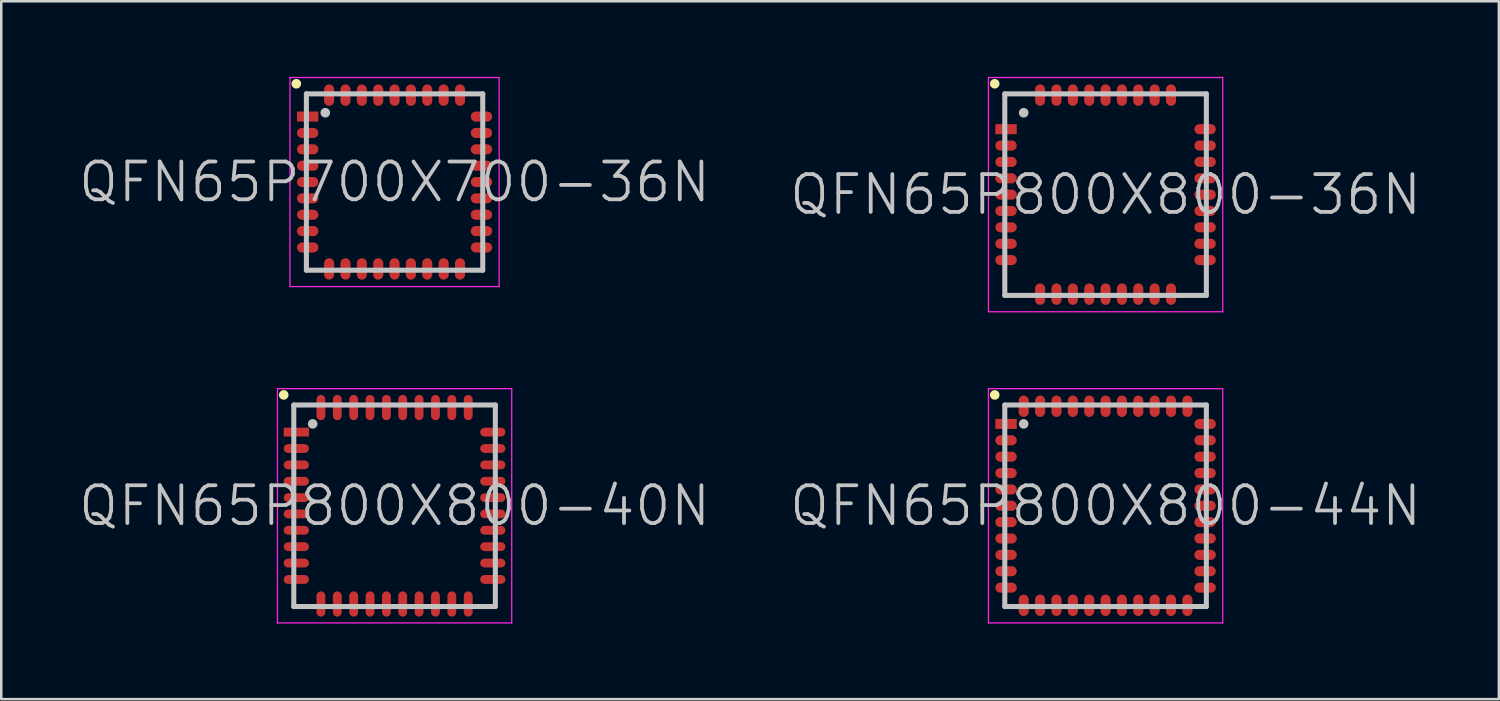
<source format=kicad_pcb>
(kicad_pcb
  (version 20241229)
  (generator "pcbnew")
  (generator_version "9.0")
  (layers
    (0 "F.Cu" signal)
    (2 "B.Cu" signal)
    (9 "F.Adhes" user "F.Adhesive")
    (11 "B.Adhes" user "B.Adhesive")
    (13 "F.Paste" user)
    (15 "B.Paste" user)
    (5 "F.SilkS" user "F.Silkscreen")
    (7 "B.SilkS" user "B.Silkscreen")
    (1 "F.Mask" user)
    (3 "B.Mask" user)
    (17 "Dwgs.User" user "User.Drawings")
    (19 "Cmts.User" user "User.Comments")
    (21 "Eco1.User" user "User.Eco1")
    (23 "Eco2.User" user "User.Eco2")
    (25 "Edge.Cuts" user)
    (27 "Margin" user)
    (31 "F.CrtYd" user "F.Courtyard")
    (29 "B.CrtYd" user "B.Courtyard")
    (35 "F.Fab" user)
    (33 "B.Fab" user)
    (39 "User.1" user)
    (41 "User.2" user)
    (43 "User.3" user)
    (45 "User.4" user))
  (footprint "QFN65P800X800-40N"
    (layer "F.Cu")
    (at 12.611 17.025)
    (property "Reference" "QFN65P800X800-40N" (at 0 0 0) (layer "Dwgs.User") (effects (font (size 1.5 1.5) (thickness 0.15))))
    (attr smd)
    (fp_line (start -4.4 -4.4) (end -4.4 -4.4) (stroke (width 0.381) (type solid)) (layer "F.SilkS"))
    (fp_line (start -4 -4) (end -4 4) (stroke (width 0.2) (type solid)) (layer "Dwgs.User"))
    (fp_line (start -4 -4) (end 4 -4) (stroke (width 0.2) (type solid)) (layer "Dwgs.User"))
    (fp_line (start -4 4) (end 4 4) (stroke (width 0.2) (type solid)) (layer "Dwgs.User"))
    (fp_line (start -3.25 -3.25) (end -3.25 -3.25) (stroke (width 0.381) (type solid)) (layer "Dwgs.User"))
    (fp_line (start 4 -4) (end 4 4) (stroke (width 0.2) (type solid)) (layer "Dwgs.User"))
    (fp_line (start -4.65 -4.65) (end -4.65 4.65) (stroke (width 0.05) (type solid)) (layer "F.CrtYd"))
    (fp_line (start -4.65 -4.65) (end 4.65 -4.65) (stroke (width 0.05) (type solid)) (layer "F.CrtYd"))
    (fp_line (start -4.65 4.65) (end 4.65 4.65) (stroke (width 0.05) (type solid)) (layer "F.CrtYd"))
    (fp_line (start 4.65 -4.65) (end 4.65 4.65) (stroke (width 0.05) (type solid)) (layer "F.CrtYd"))
    (pad "1" smd rect (at -3.899 -2.924 90) (size 0.35 1) (layers "F.Cu" "F.Mask" "F.Paste"))
    (pad "2" smd oval (at -3.899 -2.273 90) (size 0.35 1) (layers "F.Cu" "F.Mask" "F.Paste"))
    (pad "3" smd oval (at -3.899 -1.623 90) (size 0.35 1) (layers "F.Cu" "F.Mask" "F.Paste"))
    (pad "4" smd oval (at -3.899 -0.973 90) (size 0.35 1) (layers "F.Cu" "F.Mask" "F.Paste"))
    (pad "5" smd oval (at -3.899 -0.323 90) (size 0.35 1) (layers "F.Cu" "F.Mask" "F.Paste"))
    (pad "6" smd oval (at -3.899 0.323 90) (size 0.35 1) (layers "F.Cu" "F.Mask" "F.Paste"))
    (pad "7" smd oval (at -3.899 0.973 90) (size 0.35 1) (layers "F.Cu" "F.Mask" "F.Paste"))
    (pad "8" smd oval (at -3.899 1.623 90) (size 0.35 1) (layers "F.Cu" "F.Mask" "F.Paste"))
    (pad "9" smd oval (at -3.899 2.273 90) (size 0.35 1) (layers "F.Cu" "F.Mask" "F.Paste"))
    (pad "10" smd oval (at -3.899 2.924 90) (size 0.35 1) (layers "F.Cu" "F.Mask" "F.Paste"))
    (pad "11" smd oval (at -2.924 3.899 180) (size 0.35 1) (layers "F.Cu" "F.Mask" "F.Paste"))
    (pad "12" smd oval (at -2.273 3.899 180) (size 0.35 1) (layers "F.Cu" "F.Mask" "F.Paste"))
    (pad "13" smd oval (at -1.623 3.899 180) (size 0.35 1) (layers "F.Cu" "F.Mask" "F.Paste"))
    (pad "14" smd oval (at -0.973 3.899 180) (size 0.35 1) (layers "F.Cu" "F.Mask" "F.Paste"))
    (pad "15" smd oval (at -0.323 3.899 180) (size 0.35 1) (layers "F.Cu" "F.Mask" "F.Paste"))
    (pad "16" smd oval (at 0.323 3.899 180) (size 0.35 1) (layers "F.Cu" "F.Mask" "F.Paste"))
    (pad "17" smd oval (at 0.973 3.899 180) (size 0.35 1) (layers "F.Cu" "F.Mask" "F.Paste"))
    (pad "18" smd oval (at 1.623 3.899 180) (size 0.35 1) (layers "F.Cu" "F.Mask" "F.Paste"))
    (pad "19" smd oval (at 2.273 3.899 180) (size 0.35 1) (layers "F.Cu" "F.Mask" "F.Paste"))
    (pad "20" smd oval (at 2.924 3.899 180) (size 0.35 1) (layers "F.Cu" "F.Mask" "F.Paste"))
    (pad "21" smd oval (at 3.899 2.924 270) (size 0.35 1) (layers "F.Cu" "F.Mask" "F.Paste"))
    (pad "22" smd oval (at 3.899 2.273 270) (size 0.35 1) (layers "F.Cu" "F.Mask" "F.Paste"))
    (pad "23" smd oval (at 3.899 1.623 270) (size 0.35 1) (layers "F.Cu" "F.Mask" "F.Paste"))
    (pad "24" smd oval (at 3.899 0.973 270) (size 0.35 1) (layers "F.Cu" "F.Mask" "F.Paste"))
    (pad "25" smd oval (at 3.899 0.323 270) (size 0.35 1) (layers "F.Cu" "F.Mask" "F.Paste"))
    (pad "26" smd oval (at 3.899 -0.323 270) (size 0.35 1) (layers "F.Cu" "F.Mask" "F.Paste"))
    (pad "27" smd oval (at 3.899 -0.973 270) (size 0.35 1) (layers "F.Cu" "F.Mask" "F.Paste"))
    (pad "28" smd oval (at 3.899 -1.623 270) (size 0.35 1) (layers "F.Cu" "F.Mask" "F.Paste"))
    (pad "29" smd oval (at 3.899 -2.273 270) (size 0.35 1) (layers "F.Cu" "F.Mask" "F.Paste"))
    (pad "30" smd oval (at 3.899 -2.924 270) (size 0.35 1) (layers "F.Cu" "F.Mask" "F.Paste"))
    (pad "31" smd oval (at 2.924 -3.899) (size 0.35 1) (layers "F.Cu" "F.Mask" "F.Paste"))
    (pad "32" smd oval (at 2.273 -3.899) (size 0.35 1) (layers "F.Cu" "F.Mask" "F.Paste"))
    (pad "33" smd oval (at 1.623 -3.899) (size 0.35 1) (layers "F.Cu" "F.Mask" "F.Paste"))
    (pad "34" smd oval (at 0.973 -3.899) (size 0.35 1) (layers "F.Cu" "F.Mask" "F.Paste"))
    (pad "35" smd oval (at 0.323 -3.899) (size 0.35 1) (layers "F.Cu" "F.Mask" "F.Paste"))
    (pad "36" smd oval (at -0.323 -3.899) (size 0.35 1) (layers "F.Cu" "F.Mask" "F.Paste"))
    (pad "37" smd oval (at -0.973 -3.899) (size 0.35 1) (layers "F.Cu" "F.Mask" "F.Paste"))
    (pad "38" smd oval (at -1.623 -3.899) (size 0.35 1) (layers "F.Cu" "F.Mask" "F.Paste"))
    (pad "39" smd oval (at -2.273 -3.899) (size 0.35 1) (layers "F.Cu" "F.Mask" "F.Paste"))
    (pad "40" smd oval (at -2.924 -3.899) (size 0.35 1) (layers "F.Cu" "F.Mask" "F.Paste")))
  (footprint "QFN65P700X700-36N"
    (layer "F.Cu")
    (at 12.611 4.175)
    (property "Reference" "QFN65P700X700-36N" (at 0 0 0) (layer "Dwgs.User") (effects (font (size 1.5 1.5) (thickness 0.15))))
    (attr smd)
    (fp_line (start -3.9 -3.9) (end -3.9 -3.9) (stroke (width 0.381) (type solid)) (layer "F.SilkS"))
    (fp_line (start -3.5 -3.5) (end -3.5 3.5) (stroke (width 0.2) (type solid)) (layer "Dwgs.User"))
    (fp_line (start -3.5 -3.5) (end 3.5 -3.5) (stroke (width 0.2) (type solid)) (layer "Dwgs.User"))
    (fp_line (start -3.5 3.5) (end 3.5 3.5) (stroke (width 0.2) (type solid)) (layer "Dwgs.User"))
    (fp_line (start -2.75 -2.75) (end -2.75 -2.75) (stroke (width 0.381) (type solid)) (layer "Dwgs.User"))
    (fp_line (start 3.5 -3.5) (end 3.5 3.5) (stroke (width 0.2) (type solid)) (layer "Dwgs.User"))
    (fp_line (start -4.15 -4.15) (end -4.15 4.15) (stroke (width 0.05) (type solid)) (layer "F.CrtYd"))
    (fp_line (start -4.15 -4.15) (end 4.15 -4.15) (stroke (width 0.05) (type solid)) (layer "F.CrtYd"))
    (fp_line (start -4.15 4.15) (end 4.15 4.15) (stroke (width 0.05) (type solid)) (layer "F.CrtYd"))
    (fp_line (start 4.15 -4.15) (end 4.15 4.15) (stroke (width 0.05) (type solid)) (layer "F.CrtYd"))
    (pad "1" smd rect (at -3.449 -2.598 90) (size 0.4 0.85) (layers "F.Cu" "F.Mask" "F.Paste"))
    (pad "2" smd oval (at -3.449 -1.948 90) (size 0.4 0.85) (layers "F.Cu" "F.Mask" "F.Paste"))
    (pad "3" smd oval (at -3.449 -1.298 90) (size 0.4 0.85) (layers "F.Cu" "F.Mask" "F.Paste"))
    (pad "4" smd oval (at -3.449 -0.648 90) (size 0.4 0.85) (layers "F.Cu" "F.Mask" "F.Paste"))
    (pad "5" smd oval (at -3.449 0 90) (size 0.4 0.85) (layers "F.Cu" "F.Mask" "F.Paste"))
    (pad "6" smd oval (at -3.449 0.648 90) (size 0.4 0.85) (layers "F.Cu" "F.Mask" "F.Paste"))
    (pad "7" smd oval (at -3.449 1.298 90) (size 0.4 0.85) (layers "F.Cu" "F.Mask" "F.Paste"))
    (pad "8" smd oval (at -3.449 1.948 90) (size 0.4 0.85) (layers "F.Cu" "F.Mask" "F.Paste"))
    (pad "9" smd oval (at -3.449 2.598 90) (size 0.4 0.85) (layers "F.Cu" "F.Mask" "F.Paste"))
    (pad "10" smd oval (at -2.598 3.449 180) (size 0.4 0.85) (layers "F.Cu" "F.Mask" "F.Paste"))
    (pad "11" smd oval (at -1.948 3.449 180) (size 0.4 0.85) (layers "F.Cu" "F.Mask" "F.Paste"))
    (pad "12" smd oval (at -1.298 3.449 180) (size 0.4 0.85) (layers "F.Cu" "F.Mask" "F.Paste"))
    (pad "13" smd oval (at -0.648 3.449 180) (size 0.4 0.85) (layers "F.Cu" "F.Mask" "F.Paste"))
    (pad "14" smd oval (at 0 3.449 180) (size 0.4 0.85) (layers "F.Cu" "F.Mask" "F.Paste"))
    (pad "15" smd oval (at 0.648 3.449 180) (size 0.4 0.85) (layers "F.Cu" "F.Mask" "F.Paste"))
    (pad "16" smd oval (at 1.298 3.449 180) (size 0.4 0.85) (layers "F.Cu" "F.Mask" "F.Paste"))
    (pad "17" smd oval (at 1.948 3.449 180) (size 0.4 0.85) (layers "F.Cu" "F.Mask" "F.Paste"))
    (pad "18" smd oval (at 2.598 3.449 180) (size 0.4 0.85) (layers "F.Cu" "F.Mask" "F.Paste"))
    (pad "19" smd oval (at 3.449 2.598 270) (size 0.4 0.85) (layers "F.Cu" "F.Mask" "F.Paste"))
    (pad "20" smd oval (at 3.449 1.948 270) (size 0.4 0.85) (layers "F.Cu" "F.Mask" "F.Paste"))
    (pad "21" smd oval (at 3.449 1.298 270) (size 0.4 0.85) (layers "F.Cu" "F.Mask" "F.Paste"))
    (pad "22" smd oval (at 3.449 0.648 270) (size 0.4 0.85) (layers "F.Cu" "F.Mask" "F.Paste"))
    (pad "23" smd oval (at 3.449 0 270) (size 0.4 0.85) (layers "F.Cu" "F.Mask" "F.Paste"))
    (pad "24" smd oval (at 3.449 -0.648 270) (size 0.4 0.85) (layers "F.Cu" "F.Mask" "F.Paste"))
    (pad "25" smd oval (at 3.449 -1.298 270) (size 0.4 0.85) (layers "F.Cu" "F.Mask" "F.Paste"))
    (pad "26" smd oval (at 3.449 -1.948 270) (size 0.4 0.85) (layers "F.Cu" "F.Mask" "F.Paste"))
    (pad "27" smd oval (at 3.449 -2.598 270) (size 0.4 0.85) (layers "F.Cu" "F.Mask" "F.Paste"))
    (pad "28" smd oval (at 2.598 -3.449) (size 0.4 0.85) (layers "F.Cu" "F.Mask" "F.Paste"))
    (pad "29" smd oval (at 1.948 -3.449) (size 0.4 0.85) (layers "F.Cu" "F.Mask" "F.Paste"))
    (pad "30" smd oval (at 1.298 -3.449) (size 0.4 0.85) (layers "F.Cu" "F.Mask" "F.Paste"))
    (pad "31" smd oval (at 0.648 -3.449) (size 0.4 0.85) (layers "F.Cu" "F.Mask" "F.Paste"))
    (pad "32" smd oval (at 0 -3.449) (size 0.4 0.85) (layers "F.Cu" "F.Mask" "F.Paste"))
    (pad "33" smd oval (at -0.648 -3.449) (size 0.4 0.85) (layers "F.Cu" "F.Mask" "F.Paste"))
    (pad "34" smd oval (at -1.298 -3.449) (size 0.4 0.85) (layers "F.Cu" "F.Mask" "F.Paste"))
    (pad "35" smd oval (at -1.948 -3.449) (size 0.4 0.85) (layers "F.Cu" "F.Mask" "F.Paste"))
    (pad "36" smd oval (at -2.598 -3.449) (size 0.4 0.85) (layers "F.Cu" "F.Mask" "F.Paste")))
  (footprint "QFN65P800X800-36N"
    (layer "F.Cu")
    (at 40.832 4.675)
    (property "Reference" "QFN65P800X800-36N" (at 0 0 0) (layer "Dwgs.User") (effects (font (size 1.5 1.5) (thickness 0.15))))
    (attr smd)
    (fp_line (start -4.4 -4.4) (end -4.4 -4.4) (stroke (width 0.381) (type solid)) (layer "F.SilkS"))
    (fp_line (start -4 -4) (end -4 4) (stroke (width 0.2) (type solid)) (layer "Dwgs.User"))
    (fp_line (start -4 -4) (end 4 -4) (stroke (width 0.2) (type solid)) (layer "Dwgs.User"))
    (fp_line (start -4 4) (end 4 4) (stroke (width 0.2) (type solid)) (layer "Dwgs.User"))
    (fp_line (start -3.25 -3.25) (end -3.25 -3.25) (stroke (width 0.381) (type solid)) (layer "Dwgs.User"))
    (fp_line (start 4 -4) (end 4 4) (stroke (width 0.2) (type solid)) (layer "Dwgs.User"))
    (fp_line (start -4.65 -4.65) (end -4.65 4.65) (stroke (width 0.05) (type solid)) (layer "F.CrtYd"))
    (fp_line (start -4.65 -4.65) (end 4.65 -4.65) (stroke (width 0.05) (type solid)) (layer "F.CrtYd"))
    (fp_line (start -4.65 4.65) (end 4.65 4.65) (stroke (width 0.05) (type solid)) (layer "F.CrtYd"))
    (fp_line (start 4.65 -4.65) (end 4.65 4.65) (stroke (width 0.05) (type solid)) (layer "F.CrtYd"))
    (pad "1" smd rect (at -3.95 -2.598 90) (size 0.4 0.85) (layers "F.Cu" "F.Mask" "F.Paste"))
    (pad "2" smd oval (at -3.95 -1.948 90) (size 0.4 0.85) (layers "F.Cu" "F.Mask" "F.Paste"))
    (pad "3" smd oval (at -3.95 -1.298 90) (size 0.4 0.85) (layers "F.Cu" "F.Mask" "F.Paste"))
    (pad "4" smd oval (at -3.95 -0.648 90) (size 0.4 0.85) (layers "F.Cu" "F.Mask" "F.Paste"))
    (pad "5" smd oval (at -3.95 0 90) (size 0.4 0.85) (layers "F.Cu" "F.Mask" "F.Paste"))
    (pad "6" smd oval (at -3.95 0.648 90) (size 0.4 0.85) (layers "F.Cu" "F.Mask" "F.Paste"))
    (pad "7" smd oval (at -3.95 1.298 90) (size 0.4 0.85) (layers "F.Cu" "F.Mask" "F.Paste"))
    (pad "8" smd oval (at -3.95 1.948 90) (size 0.4 0.85) (layers "F.Cu" "F.Mask" "F.Paste"))
    (pad "9" smd oval (at -3.95 2.598 90) (size 0.4 0.85) (layers "F.Cu" "F.Mask" "F.Paste"))
    (pad "10" smd oval (at -2.598 3.95 180) (size 0.4 0.85) (layers "F.Cu" "F.Mask" "F.Paste"))
    (pad "11" smd oval (at -1.948 3.95 180) (size 0.4 0.85) (layers "F.Cu" "F.Mask" "F.Paste"))
    (pad "12" smd oval (at -1.298 3.95 180) (size 0.4 0.85) (layers "F.Cu" "F.Mask" "F.Paste"))
    (pad "13" smd oval (at -0.648 3.95 180) (size 0.4 0.85) (layers "F.Cu" "F.Mask" "F.Paste"))
    (pad "14" smd oval (at 0 3.95 180) (size 0.4 0.85) (layers "F.Cu" "F.Mask" "F.Paste"))
    (pad "15" smd oval (at 0.648 3.95 180) (size 0.4 0.85) (layers "F.Cu" "F.Mask" "F.Paste"))
    (pad "16" smd oval (at 1.298 3.95 180) (size 0.4 0.85) (layers "F.Cu" "F.Mask" "F.Paste"))
    (pad "17" smd oval (at 1.948 3.95 180) (size 0.4 0.85) (layers "F.Cu" "F.Mask" "F.Paste"))
    (pad "18" smd oval (at 2.598 3.95 180) (size 0.4 0.85) (layers "F.Cu" "F.Mask" "F.Paste"))
    (pad "19" smd oval (at 3.95 2.598 270) (size 0.4 0.85) (layers "F.Cu" "F.Mask" "F.Paste"))
    (pad "20" smd oval (at 3.95 1.948 270) (size 0.4 0.85) (layers "F.Cu" "F.Mask" "F.Paste"))
    (pad "21" smd oval (at 3.95 1.298 270) (size 0.4 0.85) (layers "F.Cu" "F.Mask" "F.Paste"))
    (pad "22" smd oval (at 3.95 0.648 270) (size 0.4 0.85) (layers "F.Cu" "F.Mask" "F.Paste"))
    (pad "23" smd oval (at 3.95 0 270) (size 0.4 0.85) (layers "F.Cu" "F.Mask" "F.Paste"))
    (pad "24" smd oval (at 3.95 -0.648 270) (size 0.4 0.85) (layers "F.Cu" "F.Mask" "F.Paste"))
    (pad "25" smd oval (at 3.95 -1.298 270) (size 0.4 0.85) (layers "F.Cu" "F.Mask" "F.Paste"))
    (pad "26" smd oval (at 3.95 -1.948 270) (size 0.4 0.85) (layers "F.Cu" "F.Mask" "F.Paste"))
    (pad "27" smd oval (at 3.95 -2.598 270) (size 0.4 0.85) (layers "F.Cu" "F.Mask" "F.Paste"))
    (pad "28" smd oval (at 2.598 -3.95) (size 0.4 0.85) (layers "F.Cu" "F.Mask" "F.Paste"))
    (pad "29" smd oval (at 1.948 -3.95) (size 0.4 0.85) (layers "F.Cu" "F.Mask" "F.Paste"))
    (pad "30" smd oval (at 1.298 -3.95) (size 0.4 0.85) (layers "F.Cu" "F.Mask" "F.Paste"))
    (pad "31" smd oval (at 0.648 -3.95) (size 0.4 0.85) (layers "F.Cu" "F.Mask" "F.Paste"))
    (pad "32" smd oval (at 0 -3.95) (size 0.4 0.85) (layers "F.Cu" "F.Mask" "F.Paste"))
    (pad "33" smd oval (at -0.648 -3.95) (size 0.4 0.85) (layers "F.Cu" "F.Mask" "F.Paste"))
    (pad "34" smd oval (at -1.298 -3.95) (size 0.4 0.85) (layers "F.Cu" "F.Mask" "F.Paste"))
    (pad "35" smd oval (at -1.948 -3.95) (size 0.4 0.85) (layers "F.Cu" "F.Mask" "F.Paste"))
    (pad "36" smd oval (at -2.598 -3.95) (size 0.4 0.85) (layers "F.Cu" "F.Mask" "F.Paste")))
  (footprint "QFN65P800X800-44N"
    (layer "F.Cu")
    (at 40.832 17.025)
    (property "Reference" "QFN65P800X800-44N" (at 0 0 0) (layer "Dwgs.User") (effects (font (size 1.5 1.5) (thickness 0.15))))
    (attr smd)
    (fp_line (start -4.4 -4.4) (end -4.4 -4.4) (stroke (width 0.381) (type solid)) (layer "F.SilkS"))
    (fp_line (start -4 -4) (end -4 4) (stroke (width 0.2) (type solid)) (layer "Dwgs.User"))
    (fp_line (start -4 -4) (end 4 -4) (stroke (width 0.2) (type solid)) (layer "Dwgs.User"))
    (fp_line (start -4 4) (end 4 4) (stroke (width 0.2) (type solid)) (layer "Dwgs.User"))
    (fp_line (start -3.25 -3.25) (end -3.25 -3.25) (stroke (width 0.381) (type solid)) (layer "Dwgs.User"))
    (fp_line (start 4 -4) (end 4 4) (stroke (width 0.2) (type solid)) (layer "Dwgs.User"))
    (fp_line (start -4.65 -4.65) (end -4.65 4.65) (stroke (width 0.05) (type solid)) (layer "F.CrtYd"))
    (fp_line (start -4.65 -4.65) (end 4.65 -4.65) (stroke (width 0.05) (type solid)) (layer "F.CrtYd"))
    (fp_line (start -4.65 4.65) (end 4.65 4.65) (stroke (width 0.05) (type solid)) (layer "F.CrtYd"))
    (fp_line (start 4.65 -4.65) (end 4.65 4.65) (stroke (width 0.05) (type solid)) (layer "F.CrtYd"))
    (pad "1" smd rect (at -3.95 -3.249 90) (size 0.4 0.85) (layers "F.Cu" "F.Mask" "F.Paste"))
    (pad "2" smd oval (at -3.95 -2.598 90) (size 0.4 0.85) (layers "F.Cu" "F.Mask" "F.Paste"))
    (pad "3" smd oval (at -3.95 -1.948 90) (size 0.4 0.85) (layers "F.Cu" "F.Mask" "F.Paste"))
    (pad "4" smd oval (at -3.95 -1.298 90) (size 0.4 0.85) (layers "F.Cu" "F.Mask" "F.Paste"))
    (pad "5" smd oval (at -3.95 -0.648 90) (size 0.4 0.85) (layers "F.Cu" "F.Mask" "F.Paste"))
    (pad "6" smd oval (at -3.95 0 90) (size 0.4 0.85) (layers "F.Cu" "F.Mask" "F.Paste"))
    (pad "7" smd oval (at -3.95 0.648 90) (size 0.4 0.85) (layers "F.Cu" "F.Mask" "F.Paste"))
    (pad "8" smd oval (at -3.95 1.298 90) (size 0.4 0.85) (layers "F.Cu" "F.Mask" "F.Paste"))
    (pad "9" smd oval (at -3.95 1.948 90) (size 0.4 0.85) (layers "F.Cu" "F.Mask" "F.Paste"))
    (pad "10" smd oval (at -3.95 2.598 90) (size 0.4 0.85) (layers "F.Cu" "F.Mask" "F.Paste"))
    (pad "11" smd oval (at -3.95 3.249 90) (size 0.4 0.85) (layers "F.Cu" "F.Mask" "F.Paste"))
    (pad "12" smd oval (at -3.249 3.95 180) (size 0.4 0.85) (layers "F.Cu" "F.Mask" "F.Paste"))
    (pad "13" smd oval (at -2.598 3.95 180) (size 0.4 0.85) (layers "F.Cu" "F.Mask" "F.Paste"))
    (pad "14" smd oval (at -1.948 3.95 180) (size 0.4 0.85) (layers "F.Cu" "F.Mask" "F.Paste"))
    (pad "15" smd oval (at -1.298 3.95 180) (size 0.4 0.85) (layers "F.Cu" "F.Mask" "F.Paste"))
    (pad "16" smd oval (at -0.648 3.95 180) (size 0.4 0.85) (layers "F.Cu" "F.Mask" "F.Paste"))
    (pad "17" smd oval (at 0 3.95 180) (size 0.4 0.85) (layers "F.Cu" "F.Mask" "F.Paste"))
    (pad "18" smd oval (at 0.648 3.95 180) (size 0.4 0.85) (layers "F.Cu" "F.Mask" "F.Paste"))
    (pad "19" smd oval (at 1.298 3.95 180) (size 0.4 0.85) (layers "F.Cu" "F.Mask" "F.Paste"))
    (pad "20" smd oval (at 1.948 3.95 180) (size 0.4 0.85) (layers "F.Cu" "F.Mask" "F.Paste"))
    (pad "21" smd oval (at 2.598 3.95 180) (size 0.4 0.85) (layers "F.Cu" "F.Mask" "F.Paste"))
    (pad "22" smd oval (at 3.249 3.95 180) (size 0.4 0.85) (layers "F.Cu" "F.Mask" "F.Paste"))
    (pad "23" smd oval (at 3.95 3.249 270) (size 0.4 0.85) (layers "F.Cu" "F.Mask" "F.Paste"))
    (pad "24" smd oval (at 3.95 2.598 270) (size 0.4 0.85) (layers "F.Cu" "F.Mask" "F.Paste"))
    (pad "25" smd oval (at 3.95 1.948 270) (size 0.4 0.85) (layers "F.Cu" "F.Mask" "F.Paste"))
    (pad "26" smd oval (at 3.95 1.298 270) (size 0.4 0.85) (layers "F.Cu" "F.Mask" "F.Paste"))
    (pad "27" smd oval (at 3.95 0.648 270) (size 0.4 0.85) (layers "F.Cu" "F.Mask" "F.Paste"))
    (pad "28" smd oval (at 3.95 0 270) (size 0.4 0.85) (layers "F.Cu" "F.Mask" "F.Paste"))
    (pad "29" smd oval (at 3.95 -0.648 270) (size 0.4 0.85) (layers "F.Cu" "F.Mask" "F.Paste"))
    (pad "30" smd oval (at 3.95 -1.298 270) (size 0.4 0.85) (layers "F.Cu" "F.Mask" "F.Paste"))
    (pad "31" smd oval (at 3.95 -1.948 270) (size 0.4 0.85) (layers "F.Cu" "F.Mask" "F.Paste"))
    (pad "32" smd oval (at 3.95 -2.598 270) (size 0.4 0.85) (layers "F.Cu" "F.Mask" "F.Paste"))
    (pad "33" smd oval (at 3.95 -3.249 270) (size 0.4 0.85) (layers "F.Cu" "F.Mask" "F.Paste"))
    (pad "34" smd oval (at 3.249 -3.95) (size 0.4 0.85) (layers "F.Cu" "F.Mask" "F.Paste"))
    (pad "35" smd oval (at 2.598 -3.95) (size 0.4 0.85) (layers "F.Cu" "F.Mask" "F.Paste"))
    (pad "36" smd oval (at 1.948 -3.95) (size 0.4 0.85) (layers "F.Cu" "F.Mask" "F.Paste"))
    (pad "37" smd oval (at 1.298 -3.95) (size 0.4 0.85) (layers "F.Cu" "F.Mask" "F.Paste"))
    (pad "38" smd oval (at 0.648 -3.95) (size 0.4 0.85) (layers "F.Cu" "F.Mask" "F.Paste"))
    (pad "39" smd oval (at 0 -3.95) (size 0.4 0.85) (layers "F.Cu" "F.Mask" "F.Paste"))
    (pad "40" smd oval (at -0.648 -3.95) (size 0.4 0.85) (layers "F.Cu" "F.Mask" "F.Paste"))
    (pad "41" smd oval (at -1.298 -3.95) (size 0.4 0.85) (layers "F.Cu" "F.Mask" "F.Paste"))
    (pad "42" smd oval (at -1.948 -3.95) (size 0.4 0.85) (layers "F.Cu" "F.Mask" "F.Paste"))
    (pad "43" smd oval (at -2.598 -3.95) (size 0.4 0.85) (layers "F.Cu" "F.Mask" "F.Paste"))
    (pad "44" smd oval (at -3.249 -3.95) (size 0.4 0.85) (layers "F.Cu" "F.Mask" "F.Paste")))
  (gr_rect
    (start -3 -3)
    (end 56.443 24.7)
    (stroke (width 0.1) (type default))
    (fill no)
    (layer "Edge.Cuts")))
</source>
